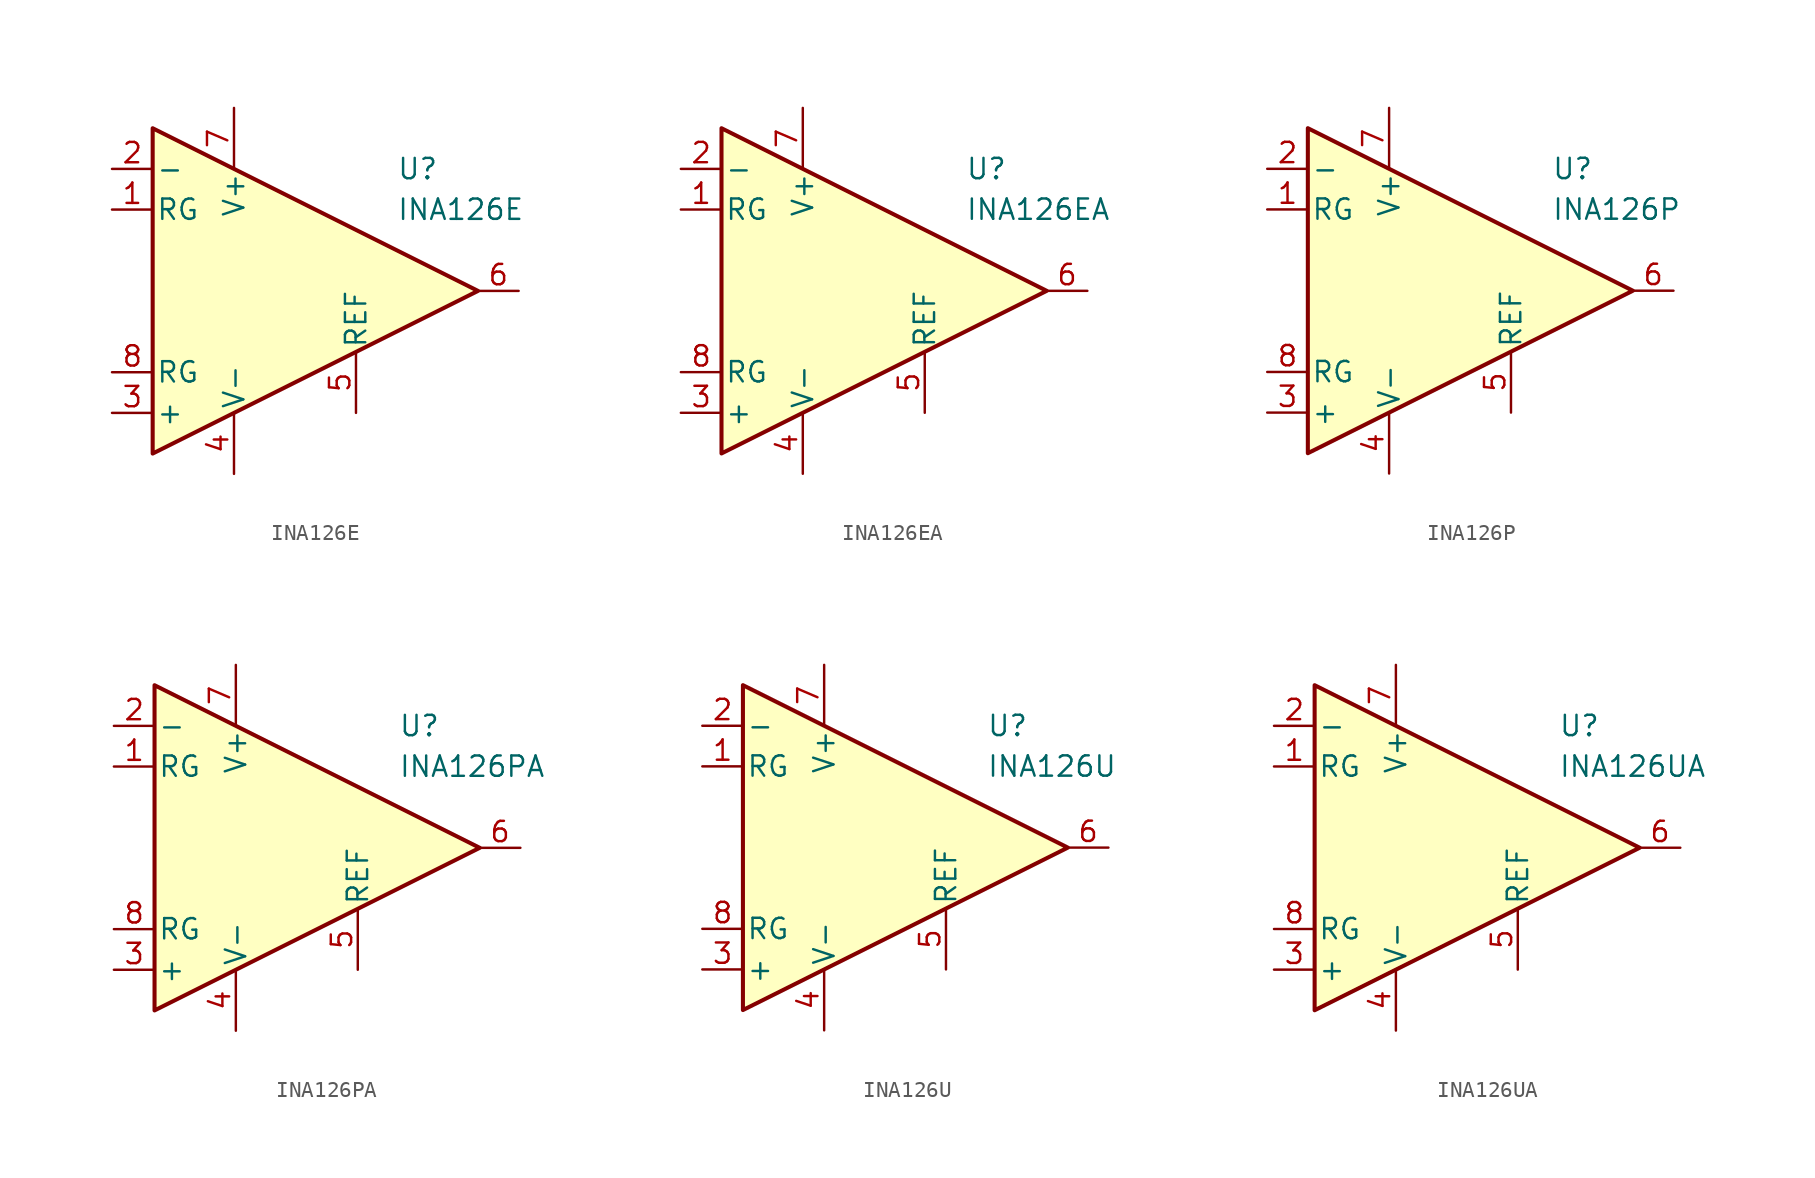
<source format=kicad_sym>
(kicad_symbol_lib
  (version 20231120)
  (generator "kicad_symbol_editor")
  (generator_version "8.0")
  (symbol "INA126E"
    (pin_names
      (offset 0.2))
    (property "Reference" "U"
      (at 6.35 7.62 0)
      (effects (font (size 1.27 1.27)) (justify left)))
    (property "Value" "INA126E"
      (at 6.35 5.08 0)
      (effects (font (size 1.27 1.27)) (justify left)))
    (symbol "INA126E_0_1"
      (polyline (pts (xy -8.89 10.16) (xy -8.89 -10.16) (xy 11.43 0) (xy -8.89 10.16)) (stroke (width 0.254) (type default)) (fill (type background))))
    (symbol "INA126E_1_1"
      (pin passive line (at -11.43 5.08 0) (length 2.54) (name "RG" (effects (font (size 1.27 1.27)))) (number "1" (effects (font (size 1.27 1.27)))))
      (pin input line (at -11.43 7.62 0) (length 2.54) (name "-" (effects (font (size 1.27 1.27)))) (number "2" (effects (font (size 1.27 1.27)))))
      (pin input line (at -11.43 -7.62 0) (length 2.54) (name "+" (effects (font (size 1.27 1.27)))) (number "3" (effects (font (size 1.27 1.27)))))
      (pin power_in line (at -3.81 -11.43 90) (length 3.81) (name "V-" (effects (font (size 1.27 1.27)))) (number "4" (effects (font (size 1.27 1.27)))))
      (pin input line (at 3.81 -7.62 90) (length 3.81) (name "REF" (effects (font (size 1.27 1.27)))) (number "5" (effects (font (size 1.27 1.27)))))
      (pin output line (at 13.97 0 180) (length 2.54) (name "~" (effects (font (size 1.27 1.27)))) (number "6" (effects (font (size 1.27 1.27)))))
      (pin power_in line (at -3.81 11.43 270) (length 3.81) (name "V+" (effects (font (size 1.27 1.27)))) (number "7" (effects (font (size 1.27 1.27)))))
      (pin passive line (at -11.43 -5.08 0) (length 2.54) (name "RG" (effects (font (size 1.27 1.27)))) (number "8" (effects (font (size 1.27 1.27)))))))
  (symbol "INA126EA"
    (pin_names
      (offset 0.2))
    (property "Reference" "U"
      (at 6.35 7.62 0)
      (effects (font (size 1.27 1.27)) (justify left)))
    (property "Value" "INA126EA"
      (at 6.35 5.08 0)
      (effects (font (size 1.27 1.27)) (justify left)))
    (symbol "INA126EA_0_1"
      (polyline (pts (xy -8.89 10.16) (xy -8.89 -10.16) (xy 11.43 0) (xy -8.89 10.16)) (stroke (width 0.254) (type default)) (fill (type background))))
    (symbol "INA126EA_1_1"
      (pin passive line (at -11.43 5.08 0) (length 2.54) (name "RG" (effects (font (size 1.27 1.27)))) (number "1" (effects (font (size 1.27 1.27)))))
      (pin input line (at -11.43 7.62 0) (length 2.54) (name "-" (effects (font (size 1.27 1.27)))) (number "2" (effects (font (size 1.27 1.27)))))
      (pin input line (at -11.43 -7.62 0) (length 2.54) (name "+" (effects (font (size 1.27 1.27)))) (number "3" (effects (font (size 1.27 1.27)))))
      (pin power_in line (at -3.81 -11.43 90) (length 3.81) (name "V-" (effects (font (size 1.27 1.27)))) (number "4" (effects (font (size 1.27 1.27)))))
      (pin input line (at 3.81 -7.62 90) (length 3.81) (name "REF" (effects (font (size 1.27 1.27)))) (number "5" (effects (font (size 1.27 1.27)))))
      (pin output line (at 13.97 0 180) (length 2.54) (name "~" (effects (font (size 1.27 1.27)))) (number "6" (effects (font (size 1.27 1.27)))))
      (pin power_in line (at -3.81 11.43 270) (length 3.81) (name "V+" (effects (font (size 1.27 1.27)))) (number "7" (effects (font (size 1.27 1.27)))))
      (pin passive line (at -11.43 -5.08 0) (length 2.54) (name "RG" (effects (font (size 1.27 1.27)))) (number "8" (effects (font (size 1.27 1.27)))))))
  (symbol "INA126P"
    (pin_names
      (offset 0.2))
    (property "Reference" "U"
      (at 6.35 7.62 0)
      (effects (font (size 1.27 1.27)) (justify left)))
    (property "Value" "INA126P"
      (at 6.35 5.08 0)
      (effects (font (size 1.27 1.27)) (justify left)))
    (symbol "INA126P_0_1"
      (polyline (pts (xy -8.89 10.16) (xy -8.89 -10.16) (xy 11.43 0) (xy -8.89 10.16)) (stroke (width 0.254) (type default)) (fill (type background))))
    (symbol "INA126P_1_1"
      (pin passive line (at -11.43 5.08 0) (length 2.54) (name "RG" (effects (font (size 1.27 1.27)))) (number "1" (effects (font (size 1.27 1.27)))))
      (pin input line (at -11.43 7.62 0) (length 2.54) (name "-" (effects (font (size 1.27 1.27)))) (number "2" (effects (font (size 1.27 1.27)))))
      (pin input line (at -11.43 -7.62 0) (length 2.54) (name "+" (effects (font (size 1.27 1.27)))) (number "3" (effects (font (size 1.27 1.27)))))
      (pin power_in line (at -3.81 -11.43 90) (length 3.81) (name "V-" (effects (font (size 1.27 1.27)))) (number "4" (effects (font (size 1.27 1.27)))))
      (pin input line (at 3.81 -7.62 90) (length 3.81) (name "REF" (effects (font (size 1.27 1.27)))) (number "5" (effects (font (size 1.27 1.27)))))
      (pin output line (at 13.97 0 180) (length 2.54) (name "~" (effects (font (size 1.27 1.27)))) (number "6" (effects (font (size 1.27 1.27)))))
      (pin power_in line (at -3.81 11.43 270) (length 3.81) (name "V+" (effects (font (size 1.27 1.27)))) (number "7" (effects (font (size 1.27 1.27)))))
      (pin passive line (at -11.43 -5.08 0) (length 2.54) (name "RG" (effects (font (size 1.27 1.27)))) (number "8" (effects (font (size 1.27 1.27)))))))
  (symbol "INA126PA"
    (pin_names
      (offset 0.2))
    (property "Reference" "U"
      (at 6.35 7.62 0)
      (effects (font (size 1.27 1.27)) (justify left)))
    (property "Value" "INA126PA"
      (at 6.35 5.08 0)
      (effects (font (size 1.27 1.27)) (justify left)))
    (symbol "INA126PA_0_1"
      (polyline (pts (xy -8.89 10.16) (xy -8.89 -10.16) (xy 11.43 0) (xy -8.89 10.16)) (stroke (width 0.254) (type default)) (fill (type background))))
    (symbol "INA126PA_1_1"
      (pin passive line (at -11.43 5.08 0) (length 2.54) (name "RG" (effects (font (size 1.27 1.27)))) (number "1" (effects (font (size 1.27 1.27)))))
      (pin input line (at -11.43 7.62 0) (length 2.54) (name "-" (effects (font (size 1.27 1.27)))) (number "2" (effects (font (size 1.27 1.27)))))
      (pin input line (at -11.43 -7.62 0) (length 2.54) (name "+" (effects (font (size 1.27 1.27)))) (number "3" (effects (font (size 1.27 1.27)))))
      (pin power_in line (at -3.81 -11.43 90) (length 3.81) (name "V-" (effects (font (size 1.27 1.27)))) (number "4" (effects (font (size 1.27 1.27)))))
      (pin input line (at 3.81 -7.62 90) (length 3.81) (name "REF" (effects (font (size 1.27 1.27)))) (number "5" (effects (font (size 1.27 1.27)))))
      (pin output line (at 13.97 0 180) (length 2.54) (name "~" (effects (font (size 1.27 1.27)))) (number "6" (effects (font (size 1.27 1.27)))))
      (pin power_in line (at -3.81 11.43 270) (length 3.81) (name "V+" (effects (font (size 1.27 1.27)))) (number "7" (effects (font (size 1.27 1.27)))))
      (pin passive line (at -11.43 -5.08 0) (length 2.54) (name "RG" (effects (font (size 1.27 1.27)))) (number "8" (effects (font (size 1.27 1.27)))))))
  (symbol "INA126U"
    (pin_names
      (offset 0.2))
    (property "Reference" "U"
      (at 6.35 7.62 0)
      (effects (font (size 1.27 1.27)) (justify left)))
    (property "Value" "INA126U"
      (at 6.35 5.08 0)
      (effects (font (size 1.27 1.27)) (justify left)))
    (symbol "INA126U_0_1"
      (polyline (pts (xy -8.89 10.16) (xy -8.89 -10.16) (xy 11.43 0) (xy -8.89 10.16)) (stroke (width 0.254) (type default)) (fill (type background))))
    (symbol "INA126U_1_1"
      (pin passive line (at -11.43 5.08 0) (length 2.54) (name "RG" (effects (font (size 1.27 1.27)))) (number "1" (effects (font (size 1.27 1.27)))))
      (pin input line (at -11.43 7.62 0) (length 2.54) (name "-" (effects (font (size 1.27 1.27)))) (number "2" (effects (font (size 1.27 1.27)))))
      (pin input line (at -11.43 -7.62 0) (length 2.54) (name "+" (effects (font (size 1.27 1.27)))) (number "3" (effects (font (size 1.27 1.27)))))
      (pin power_in line (at -3.81 -11.43 90) (length 3.81) (name "V-" (effects (font (size 1.27 1.27)))) (number "4" (effects (font (size 1.27 1.27)))))
      (pin input line (at 3.81 -7.62 90) (length 3.81) (name "REF" (effects (font (size 1.27 1.27)))) (number "5" (effects (font (size 1.27 1.27)))))
      (pin output line (at 13.97 0 180) (length 2.54) (name "~" (effects (font (size 1.27 1.27)))) (number "6" (effects (font (size 1.27 1.27)))))
      (pin power_in line (at -3.81 11.43 270) (length 3.81) (name "V+" (effects (font (size 1.27 1.27)))) (number "7" (effects (font (size 1.27 1.27)))))
      (pin passive line (at -11.43 -5.08 0) (length 2.54) (name "RG" (effects (font (size 1.27 1.27)))) (number "8" (effects (font (size 1.27 1.27)))))))
  (symbol "INA126UA"
    (pin_names
      (offset 0.2))
    (property "Reference" "U"
      (at 6.35 7.62 0)
      (effects (font (size 1.27 1.27)) (justify left)))
    (property "Value" "INA126UA"
      (at 6.35 5.08 0)
      (effects (font (size 1.27 1.27)) (justify left)))
    (symbol "INA126UA_0_1"
      (polyline (pts (xy -8.89 10.16) (xy -8.89 -10.16) (xy 11.43 0) (xy -8.89 10.16)) (stroke (width 0.254) (type default)) (fill (type background))))
    (symbol "INA126UA_1_1"
      (pin passive line (at -11.43 5.08 0) (length 2.54) (name "RG" (effects (font (size 1.27 1.27)))) (number "1" (effects (font (size 1.27 1.27)))))
      (pin input line (at -11.43 7.62 0) (length 2.54) (name "-" (effects (font (size 1.27 1.27)))) (number "2" (effects (font (size 1.27 1.27)))))
      (pin input line (at -11.43 -7.62 0) (length 2.54) (name "+" (effects (font (size 1.27 1.27)))) (number "3" (effects (font (size 1.27 1.27)))))
      (pin power_in line (at -3.81 -11.43 90) (length 3.81) (name "V-" (effects (font (size 1.27 1.27)))) (number "4" (effects (font (size 1.27 1.27)))))
      (pin input line (at 3.81 -7.62 90) (length 3.81) (name "REF" (effects (font (size 1.27 1.27)))) (number "5" (effects (font (size 1.27 1.27)))))
      (pin output line (at 13.97 0 180) (length 2.54) (name "~" (effects (font (size 1.27 1.27)))) (number "6" (effects (font (size 1.27 1.27)))))
      (pin power_in line (at -3.81 11.43 270) (length 3.81) (name "V+" (effects (font (size 1.27 1.27)))) (number "7" (effects (font (size 1.27 1.27)))))
      (pin passive line (at -11.43 -5.08 0) (length 2.54) (name "RG" (effects (font (size 1.27 1.27)))) (number "8" (effects (font (size 1.27 1.27))))))))
</source>
